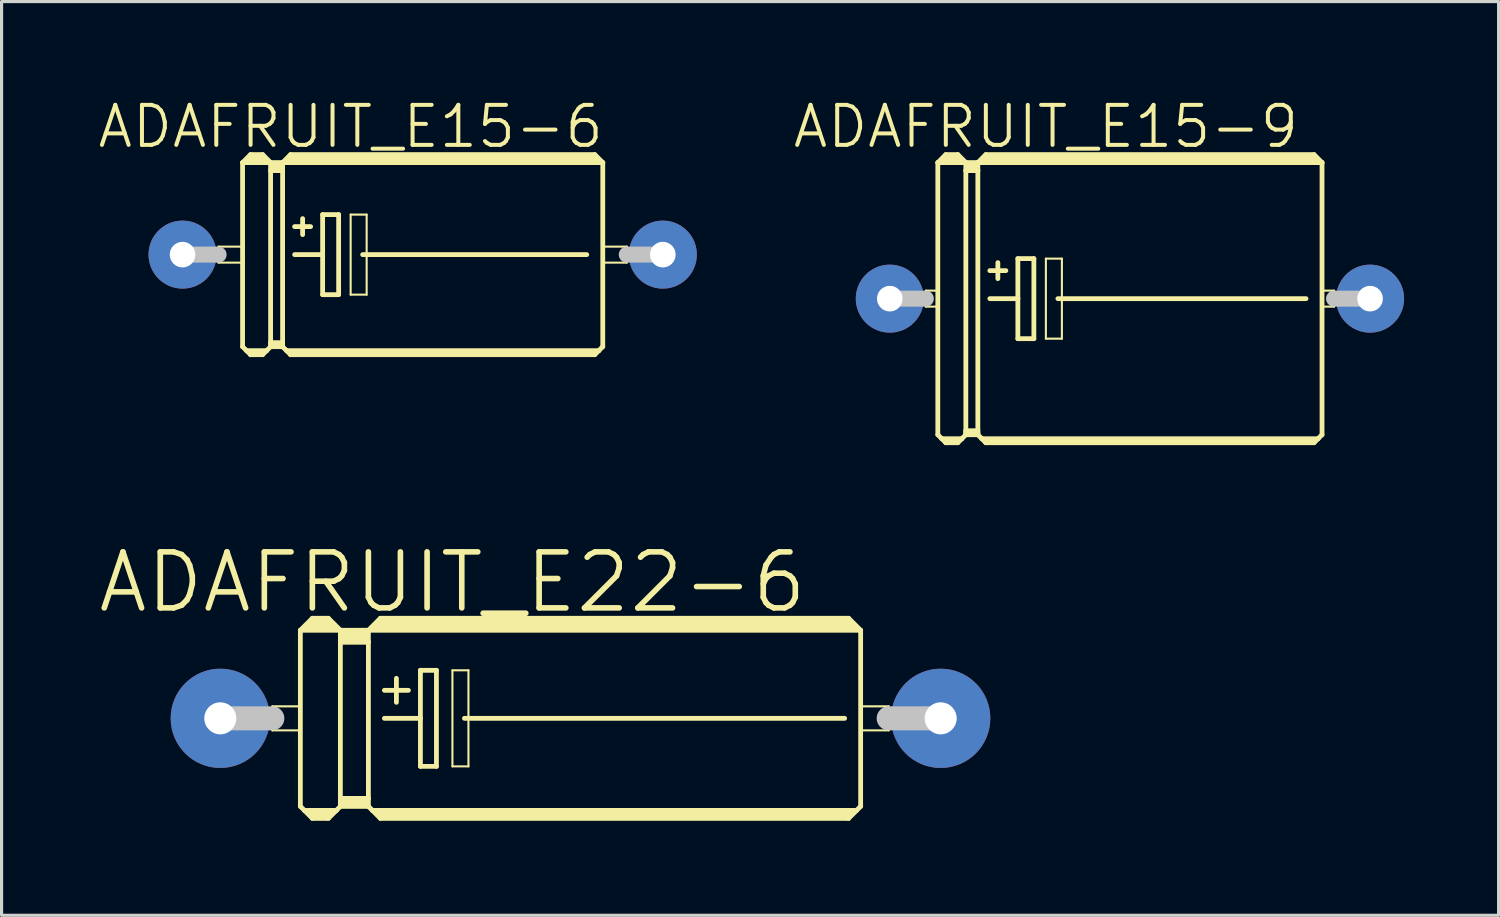
<source format=kicad_pcb>
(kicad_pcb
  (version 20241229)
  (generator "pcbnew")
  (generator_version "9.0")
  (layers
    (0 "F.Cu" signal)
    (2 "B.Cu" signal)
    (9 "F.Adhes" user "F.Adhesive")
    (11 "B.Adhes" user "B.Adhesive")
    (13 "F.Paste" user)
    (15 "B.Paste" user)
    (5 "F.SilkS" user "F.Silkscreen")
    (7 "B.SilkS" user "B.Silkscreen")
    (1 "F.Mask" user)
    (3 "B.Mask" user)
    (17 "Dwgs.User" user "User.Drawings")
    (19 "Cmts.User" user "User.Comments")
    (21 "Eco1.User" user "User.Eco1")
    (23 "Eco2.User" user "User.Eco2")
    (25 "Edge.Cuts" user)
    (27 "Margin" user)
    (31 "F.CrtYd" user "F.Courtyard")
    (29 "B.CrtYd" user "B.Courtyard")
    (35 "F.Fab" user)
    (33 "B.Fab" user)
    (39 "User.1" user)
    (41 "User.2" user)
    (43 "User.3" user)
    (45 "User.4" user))
  (footprint "ADAFRUIT_E15-6"
    (layer "F.Cu")
    (at 10.363 5.03)
    (property "Reference" "ADAFRUIT_E15-6" (at -2.286 -4.064 0) (layer "F.SilkS") (effects (font (size 1.27 1.27) (thickness 0.127))))
    (attr exclude_from_pos_files exclude_from_bom)
    (fp_line (start -6.477 -0.254) (end -5.715 -0.254) (stroke (width 0.066) (type solid)) (layer "F.SilkS"))
    (fp_line (start -6.477 0.254) (end -6.477 -0.254) (stroke (width 0.066) (type solid)) (layer "F.SilkS"))
    (fp_line (start -6.477 0.254) (end -5.715 0.254) (stroke (width 0.066) (type solid)) (layer "F.SilkS"))
    (fp_line (start -5.715 -2.921) (end -4.826 -2.921) (stroke (width 0.152) (type solid)) (layer "F.SilkS"))
    (fp_line (start -5.715 0.254) (end -5.715 -0.254) (stroke (width 0.066) (type solid)) (layer "F.SilkS"))
    (fp_line (start -5.715 2.921) (end -5.715 -2.921) (stroke (width 0.152) (type solid)) (layer "F.SilkS"))
    (fp_line (start -5.715 2.921) (end -5.588 3.048) (stroke (width 0.152) (type solid)) (layer "F.SilkS"))
    (fp_line (start -5.588 3.048) (end -5.461 3.175) (stroke (width 0.152) (type solid)) (layer "F.SilkS"))
    (fp_line (start -5.588 3.048) (end -4.953 3.048) (stroke (width 0.152) (type solid)) (layer "F.SilkS"))
    (fp_line (start -5.461 -3.175) (end -5.715 -2.921) (stroke (width 0.152) (type solid)) (layer "F.SilkS"))
    (fp_line (start -5.461 -3.175) (end -5.08 -3.175) (stroke (width 0.152) (type solid)) (layer "F.SilkS"))
    (fp_line (start -5.461 -3.048) (end -5.08 -3.048) (stroke (width 0.305) (type solid)) (layer "F.SilkS"))
    (fp_line (start -5.461 3.124) (end -5.461 3.175) (stroke (width 0.152) (type solid)) (layer "F.SilkS"))
    (fp_line (start -5.461 3.175) (end -5.08 3.175) (stroke (width 0.152) (type solid)) (layer "F.SilkS"))
    (fp_line (start -5.08 -3.175) (end -4.826 -2.921) (stroke (width 0.152) (type solid)) (layer "F.SilkS"))
    (fp_line (start -5.08 3.124) (end -5.461 3.124) (stroke (width 0.152) (type solid)) (layer "F.SilkS"))
    (fp_line (start -5.08 3.175) (end -4.953 3.048) (stroke (width 0.152) (type solid)) (layer "F.SilkS"))
    (fp_line (start -4.953 3.048) (end -4.826 2.921) (stroke (width 0.152) (type solid)) (layer "F.SilkS"))
    (fp_line (start -4.826 -2.921) (end -4.826 -2.667) (stroke (width 0.152) (type solid)) (layer "F.SilkS"))
    (fp_line (start -4.826 -2.921) (end -4.445 -2.921) (stroke (width 0.152) (type solid)) (layer "F.SilkS"))
    (fp_line (start -4.826 -2.667) (end -4.826 2.794) (stroke (width 0.152) (type solid)) (layer "F.SilkS"))
    (fp_line (start -4.826 -2.667) (end -4.445 -2.667) (stroke (width 0.152) (type solid)) (layer "F.SilkS"))
    (fp_line (start -4.826 2.794) (end -4.826 2.87) (stroke (width 0.152) (type solid)) (layer "F.SilkS"))
    (fp_line (start -4.826 2.794) (end -4.445 2.794) (stroke (width 0.152) (type solid)) (layer "F.SilkS"))
    (fp_line (start -4.826 2.87) (end -4.826 2.921) (stroke (width 0.152) (type solid)) (layer "F.SilkS"))
    (fp_line (start -4.826 2.921) (end -4.445 2.921) (stroke (width 0.152) (type solid)) (layer "F.SilkS"))
    (fp_line (start -4.699 -2.794) (end -4.572 -2.794) (stroke (width 0.305) (type solid)) (layer "F.SilkS"))
    (fp_line (start -4.445 -2.921) (end -4.445 -2.667) (stroke (width 0.152) (type solid)) (layer "F.SilkS"))
    (fp_line (start -4.445 -2.921) (end -4.191 -3.175) (stroke (width 0.152) (type solid)) (layer "F.SilkS"))
    (fp_line (start -4.445 -2.921) (end 5.715 -2.921) (stroke (width 0.152) (type solid)) (layer "F.SilkS"))
    (fp_line (start -4.445 -2.667) (end -4.445 2.794) (stroke (width 0.152) (type solid)) (layer "F.SilkS"))
    (fp_line (start -4.445 2.794) (end -4.445 2.87) (stroke (width 0.152) (type solid)) (layer "F.SilkS"))
    (fp_line (start -4.445 2.87) (end -4.826 2.87) (stroke (width 0.152) (type solid)) (layer "F.SilkS"))
    (fp_line (start -4.445 2.87) (end -4.445 2.921) (stroke (width 0.152) (type solid)) (layer "F.SilkS"))
    (fp_line (start -4.445 2.921) (end -4.318 3.048) (stroke (width 0.152) (type solid)) (layer "F.SilkS"))
    (fp_line (start -4.318 3.048) (end -4.191 3.175) (stroke (width 0.152) (type solid)) (layer "F.SilkS"))
    (fp_line (start -4.318 3.048) (end 5.588 3.048) (stroke (width 0.152) (type solid)) (layer "F.SilkS"))
    (fp_line (start -4.191 -3.175) (end 5.461 -3.175) (stroke (width 0.152) (type solid)) (layer "F.SilkS"))
    (fp_line (start -4.191 -3.048) (end 5.461 -3.048) (stroke (width 0.305) (type solid)) (layer "F.SilkS"))
    (fp_line (start -4.191 3.124) (end -4.191 3.175) (stroke (width 0.152) (type solid)) (layer "F.SilkS"))
    (fp_line (start -4.191 3.175) (end 5.461 3.175) (stroke (width 0.152) (type solid)) (layer "F.SilkS"))
    (fp_line (start -4.064 -0.889) (end -3.556 -0.889) (stroke (width 0.152) (type solid)) (layer "F.SilkS"))
    (fp_line (start -4.064 0) (end -3.175 0) (stroke (width 0.152) (type solid)) (layer "F.SilkS"))
    (fp_line (start -3.81 -1.143) (end -3.81 -0.635) (stroke (width 0.152) (type solid)) (layer "F.SilkS"))
    (fp_line (start -3.175 -1.27) (end -3.175 0) (stroke (width 0.152) (type solid)) (layer "F.SilkS"))
    (fp_line (start -3.175 0) (end -3.175 1.27) (stroke (width 0.152) (type solid)) (layer "F.SilkS"))
    (fp_line (start -3.175 1.27) (end -2.667 1.27) (stroke (width 0.152) (type solid)) (layer "F.SilkS"))
    (fp_line (start -2.667 -1.27) (end -3.175 -1.27) (stroke (width 0.152) (type solid)) (layer "F.SilkS"))
    (fp_line (start -2.667 1.27) (end -2.667 -1.27) (stroke (width 0.152) (type solid)) (layer "F.SilkS"))
    (fp_line (start -2.286 -1.27) (end -1.778 -1.27) (stroke (width 0.066) (type solid)) (layer "F.SilkS"))
    (fp_line (start -2.286 1.27) (end -2.286 -1.27) (stroke (width 0.066) (type solid)) (layer "F.SilkS"))
    (fp_line (start -2.286 1.27) (end -1.778 1.27) (stroke (width 0.066) (type solid)) (layer "F.SilkS"))
    (fp_line (start -1.905 0) (end 5.207 0) (stroke (width 0.152) (type solid)) (layer "F.SilkS"))
    (fp_line (start -1.778 1.27) (end -1.778 -1.27) (stroke (width 0.066) (type solid)) (layer "F.SilkS"))
    (fp_line (start 5.461 3.124) (end -4.191 3.124) (stroke (width 0.152) (type solid)) (layer "F.SilkS"))
    (fp_line (start 5.588 3.048) (end 5.461 3.175) (stroke (width 0.152) (type solid)) (layer "F.SilkS"))
    (fp_line (start 5.715 -2.921) (end 5.461 -3.175) (stroke (width 0.152) (type solid)) (layer "F.SilkS"))
    (fp_line (start 5.715 -2.921) (end 5.715 2.921) (stroke (width 0.152) (type solid)) (layer "F.SilkS"))
    (fp_line (start 5.715 -0.254) (end 6.477 -0.254) (stroke (width 0.066) (type solid)) (layer "F.SilkS"))
    (fp_line (start 5.715 0.254) (end 5.715 -0.254) (stroke (width 0.066) (type solid)) (layer "F.SilkS"))
    (fp_line (start 5.715 0.254) (end 6.477 0.254) (stroke (width 0.066) (type solid)) (layer "F.SilkS"))
    (fp_line (start 5.715 2.921) (end 5.588 3.048) (stroke (width 0.152) (type solid)) (layer "F.SilkS"))
    (fp_line (start 6.477 0.254) (end 6.477 -0.254) (stroke (width 0.066) (type solid)) (layer "F.SilkS"))
    (fp_line (start -7.62 0) (end -6.477 0) (stroke (width 0.508) (type solid)) (layer "Dwgs.User"))
    (fp_line (start 7.62 0) (end 6.477 0) (stroke (width 0.508) (type solid)) (layer "Dwgs.User"))
    (pad "+" thru_hole circle (at -7.62 0) (size 2.159 2.159) (drill 0.813) (layers "*.Cu" "*.Paste" "*.Mask"))
    (pad "-" thru_hole circle (at 7.62 0) (size 2.159 2.159) (drill 0.813) (layers "*.Cu" "*.Paste" "*.Mask")))
  (footprint "ADAFRUIT_E15-9"
    (layer "F.Cu")
    (at 32.806 6.427)
    (property "Reference" "ADAFRUIT_E15-9" (at -2.667 -5.461 0) (layer "F.SilkS") (effects (font (size 1.27 1.27) (thickness 0.127))))
    (attr exclude_from_pos_files exclude_from_bom)
    (fp_line (start -6.477 -0.254) (end -6.096 -0.254) (stroke (width 0.066) (type solid)) (layer "F.SilkS"))
    (fp_line (start -6.477 0.254) (end -6.477 -0.254) (stroke (width 0.066) (type solid)) (layer "F.SilkS"))
    (fp_line (start -6.477 0.254) (end -6.096 0.254) (stroke (width 0.066) (type solid)) (layer "F.SilkS"))
    (fp_line (start -6.096 -4.318) (end -5.207 -4.318) (stroke (width 0.152) (type solid)) (layer "F.SilkS"))
    (fp_line (start -6.096 0.254) (end -6.096 -0.254) (stroke (width 0.066) (type solid)) (layer "F.SilkS"))
    (fp_line (start -6.096 4.318) (end -6.096 -4.318) (stroke (width 0.152) (type solid)) (layer "F.SilkS"))
    (fp_line (start -6.096 4.318) (end -5.969 4.445) (stroke (width 0.152) (type solid)) (layer "F.SilkS"))
    (fp_line (start -5.969 4.445) (end -5.842 4.572) (stroke (width 0.152) (type solid)) (layer "F.SilkS"))
    (fp_line (start -5.969 4.445) (end -5.334 4.445) (stroke (width 0.152) (type solid)) (layer "F.SilkS"))
    (fp_line (start -5.842 -4.572) (end -6.096 -4.318) (stroke (width 0.152) (type solid)) (layer "F.SilkS"))
    (fp_line (start -5.842 -4.572) (end -5.461 -4.572) (stroke (width 0.152) (type solid)) (layer "F.SilkS"))
    (fp_line (start -5.842 -4.445) (end -5.461 -4.445) (stroke (width 0.305) (type solid)) (layer "F.SilkS"))
    (fp_line (start -5.842 4.521) (end -5.842 4.572) (stroke (width 0.152) (type solid)) (layer "F.SilkS"))
    (fp_line (start -5.842 4.572) (end -5.461 4.572) (stroke (width 0.152) (type solid)) (layer "F.SilkS"))
    (fp_line (start -5.461 -4.572) (end -5.207 -4.318) (stroke (width 0.152) (type solid)) (layer "F.SilkS"))
    (fp_line (start -5.461 4.521) (end -5.842 4.521) (stroke (width 0.152) (type solid)) (layer "F.SilkS"))
    (fp_line (start -5.461 4.572) (end -5.334 4.445) (stroke (width 0.152) (type solid)) (layer "F.SilkS"))
    (fp_line (start -5.334 4.445) (end -5.207 4.318) (stroke (width 0.152) (type solid)) (layer "F.SilkS"))
    (fp_line (start -5.207 -4.318) (end -5.207 -4.064) (stroke (width 0.152) (type solid)) (layer "F.SilkS"))
    (fp_line (start -5.207 -4.318) (end -4.826 -4.318) (stroke (width 0.152) (type solid)) (layer "F.SilkS"))
    (fp_line (start -5.207 -4.064) (end -5.207 4.191) (stroke (width 0.152) (type solid)) (layer "F.SilkS"))
    (fp_line (start -5.207 -4.064) (end -4.826 -4.064) (stroke (width 0.152) (type solid)) (layer "F.SilkS"))
    (fp_line (start -5.207 4.191) (end -5.207 4.267) (stroke (width 0.152) (type solid)) (layer "F.SilkS"))
    (fp_line (start -5.207 4.191) (end -4.826 4.191) (stroke (width 0.152) (type solid)) (layer "F.SilkS"))
    (fp_line (start -5.207 4.267) (end -5.207 4.318) (stroke (width 0.152) (type solid)) (layer "F.SilkS"))
    (fp_line (start -5.207 4.318) (end -4.826 4.318) (stroke (width 0.152) (type solid)) (layer "F.SilkS"))
    (fp_line (start -5.08 -4.191) (end -4.953 -4.191) (stroke (width 0.305) (type solid)) (layer "F.SilkS"))
    (fp_line (start -4.826 -4.318) (end -4.826 -4.064) (stroke (width 0.152) (type solid)) (layer "F.SilkS"))
    (fp_line (start -4.826 -4.318) (end -4.572 -4.572) (stroke (width 0.152) (type solid)) (layer "F.SilkS"))
    (fp_line (start -4.826 -4.318) (end 6.096 -4.318) (stroke (width 0.152) (type solid)) (layer "F.SilkS"))
    (fp_line (start -4.826 -4.064) (end -4.826 4.191) (stroke (width 0.152) (type solid)) (layer "F.SilkS"))
    (fp_line (start -4.826 4.191) (end -4.826 4.267) (stroke (width 0.152) (type solid)) (layer "F.SilkS"))
    (fp_line (start -4.826 4.267) (end -5.207 4.267) (stroke (width 0.152) (type solid)) (layer "F.SilkS"))
    (fp_line (start -4.826 4.267) (end -4.826 4.318) (stroke (width 0.152) (type solid)) (layer "F.SilkS"))
    (fp_line (start -4.826 4.318) (end -4.699 4.445) (stroke (width 0.152) (type solid)) (layer "F.SilkS"))
    (fp_line (start -4.699 4.445) (end -4.572 4.572) (stroke (width 0.152) (type solid)) (layer "F.SilkS"))
    (fp_line (start -4.699 4.445) (end 5.969 4.445) (stroke (width 0.152) (type solid)) (layer "F.SilkS"))
    (fp_line (start -4.572 -4.572) (end 5.842 -4.572) (stroke (width 0.152) (type solid)) (layer "F.SilkS"))
    (fp_line (start -4.572 -4.445) (end 5.842 -4.445) (stroke (width 0.305) (type solid)) (layer "F.SilkS"))
    (fp_line (start -4.572 4.521) (end -4.572 4.572) (stroke (width 0.152) (type solid)) (layer "F.SilkS"))
    (fp_line (start -4.572 4.572) (end 5.842 4.572) (stroke (width 0.152) (type solid)) (layer "F.SilkS"))
    (fp_line (start -4.445 -0.889) (end -3.937 -0.889) (stroke (width 0.152) (type solid)) (layer "F.SilkS"))
    (fp_line (start -4.445 0) (end -3.556 0) (stroke (width 0.152) (type solid)) (layer "F.SilkS"))
    (fp_line (start -4.191 -1.143) (end -4.191 -0.635) (stroke (width 0.152) (type solid)) (layer "F.SilkS"))
    (fp_line (start -3.556 -1.27) (end -3.556 0) (stroke (width 0.152) (type solid)) (layer "F.SilkS"))
    (fp_line (start -3.556 0) (end -3.556 1.27) (stroke (width 0.152) (type solid)) (layer "F.SilkS"))
    (fp_line (start -3.556 1.27) (end -3.048 1.27) (stroke (width 0.152) (type solid)) (layer "F.SilkS"))
    (fp_line (start -3.048 -1.27) (end -3.556 -1.27) (stroke (width 0.152) (type solid)) (layer "F.SilkS"))
    (fp_line (start -3.048 1.27) (end -3.048 -1.27) (stroke (width 0.152) (type solid)) (layer "F.SilkS"))
    (fp_line (start -2.667 -1.27) (end -2.159 -1.27) (stroke (width 0.066) (type solid)) (layer "F.SilkS"))
    (fp_line (start -2.667 1.27) (end -2.667 -1.27) (stroke (width 0.066) (type solid)) (layer "F.SilkS"))
    (fp_line (start -2.667 1.27) (end -2.159 1.27) (stroke (width 0.066) (type solid)) (layer "F.SilkS"))
    (fp_line (start -2.286 0) (end 5.588 0) (stroke (width 0.152) (type solid)) (layer "F.SilkS"))
    (fp_line (start -2.159 1.27) (end -2.159 -1.27) (stroke (width 0.066) (type solid)) (layer "F.SilkS"))
    (fp_line (start 5.842 4.521) (end -4.572 4.521) (stroke (width 0.152) (type solid)) (layer "F.SilkS"))
    (fp_line (start 5.969 4.445) (end 5.842 4.572) (stroke (width 0.152) (type solid)) (layer "F.SilkS"))
    (fp_line (start 6.096 -4.318) (end 5.842 -4.572) (stroke (width 0.152) (type solid)) (layer "F.SilkS"))
    (fp_line (start 6.096 -4.318) (end 6.096 4.318) (stroke (width 0.152) (type solid)) (layer "F.SilkS"))
    (fp_line (start 6.096 -0.254) (end 6.477 -0.254) (stroke (width 0.066) (type solid)) (layer "F.SilkS"))
    (fp_line (start 6.096 0.254) (end 6.096 -0.254) (stroke (width 0.066) (type solid)) (layer "F.SilkS"))
    (fp_line (start 6.096 0.254) (end 6.477 0.254) (stroke (width 0.066) (type solid)) (layer "F.SilkS"))
    (fp_line (start 6.096 4.318) (end 5.969 4.445) (stroke (width 0.152) (type solid)) (layer "F.SilkS"))
    (fp_line (start 6.477 0.254) (end 6.477 -0.254) (stroke (width 0.066) (type solid)) (layer "F.SilkS"))
    (fp_line (start -7.62 0) (end -6.477 0) (stroke (width 0.508) (type solid)) (layer "Dwgs.User"))
    (fp_line (start 7.62 0) (end 6.477 0) (stroke (width 0.508) (type solid)) (layer "Dwgs.User"))
    (pad "+" thru_hole circle (at -7.62 0) (size 2.159 2.159) (drill 0.813) (layers "*.Cu" "*.Paste" "*.Mask"))
    (pad "-" thru_hole circle (at 7.62 0) (size 2.159 2.159) (drill 0.813) (layers "*.Cu" "*.Paste" "*.Mask")))
  (footprint "ADAFRUIT_E22-6"
    (layer "F.Cu")
    (at 15.371 19.745)
    (property "Reference" "ADAFRUIT_E22-6" (at -4.064 -4.318 0) (layer "F.SilkS") (effects (font (size 1.778 1.778) (thickness 0.178))))
    (attr exclude_from_pos_files exclude_from_bom)
    (fp_line (start -9.779 -0.381) (end -8.89 -0.381) (stroke (width 0.066) (type solid)) (layer "F.SilkS"))
    (fp_line (start -9.779 0.381) (end -9.779 -0.381) (stroke (width 0.066) (type solid)) (layer "F.SilkS"))
    (fp_line (start -9.779 0.381) (end -8.89 0.381) (stroke (width 0.066) (type solid)) (layer "F.SilkS"))
    (fp_line (start -8.89 -2.794) (end -8.89 2.794) (stroke (width 0.152) (type solid)) (layer "F.SilkS"))
    (fp_line (start -8.89 -2.794) (end -8.509 -3.175) (stroke (width 0.152) (type solid)) (layer "F.SilkS"))
    (fp_line (start -8.89 -2.794) (end -7.62 -2.794) (stroke (width 0.152) (type solid)) (layer "F.SilkS"))
    (fp_line (start -8.89 0.381) (end -8.89 -0.381) (stroke (width 0.066) (type solid)) (layer "F.SilkS"))
    (fp_line (start -8.89 2.794) (end -8.76 2.921) (stroke (width 0.152) (type solid)) (layer "F.SilkS"))
    (fp_line (start -8.76 2.921) (end -8.509 3.175) (stroke (width 0.152) (type solid)) (layer "F.SilkS"))
    (fp_line (start -8.76 2.921) (end -7.747 2.921) (stroke (width 0.152) (type solid)) (layer "F.SilkS"))
    (fp_line (start -8.636 -2.921) (end -7.874 -2.921) (stroke (width 0.305) (type solid)) (layer "F.SilkS"))
    (fp_line (start -8.509 -3.175) (end -8.001 -3.175) (stroke (width 0.152) (type solid)) (layer "F.SilkS"))
    (fp_line (start -8.509 -3.048) (end -8.001 -3.048) (stroke (width 0.305) (type solid)) (layer "F.SilkS"))
    (fp_line (start -8.509 3.048) (end -8.001 3.048) (stroke (width 0.254) (type solid)) (layer "F.SilkS"))
    (fp_line (start -8.509 3.175) (end -8.001 3.175) (stroke (width 0.152) (type solid)) (layer "F.SilkS"))
    (fp_line (start -7.747 2.921) (end -8.001 3.175) (stroke (width 0.152) (type solid)) (layer "F.SilkS"))
    (fp_line (start -7.62 -2.794) (end -8.001 -3.175) (stroke (width 0.152) (type solid)) (layer "F.SilkS"))
    (fp_line (start -7.62 -2.794) (end -7.62 -2.413) (stroke (width 0.152) (type solid)) (layer "F.SilkS"))
    (fp_line (start -7.62 -2.794) (end -6.731 -2.794) (stroke (width 0.152) (type solid)) (layer "F.SilkS"))
    (fp_line (start -7.62 -2.413) (end -6.731 -2.413) (stroke (width 0.152) (type solid)) (layer "F.SilkS"))
    (fp_line (start -7.62 2.54) (end -7.62 -2.413) (stroke (width 0.152) (type solid)) (layer "F.SilkS"))
    (fp_line (start -7.62 2.54) (end -6.731 2.54) (stroke (width 0.152) (type solid)) (layer "F.SilkS"))
    (fp_line (start -7.62 2.794) (end -7.747 2.921) (stroke (width 0.152) (type solid)) (layer "F.SilkS"))
    (fp_line (start -7.62 2.794) (end -7.62 2.54) (stroke (width 0.152) (type solid)) (layer "F.SilkS"))
    (fp_line (start -7.62 2.794) (end -6.731 2.794) (stroke (width 0.152) (type solid)) (layer "F.SilkS"))
    (fp_line (start -7.493 -2.667) (end -6.858 -2.667) (stroke (width 0.305) (type solid)) (layer "F.SilkS"))
    (fp_line (start -7.493 -2.54) (end -6.858 -2.54) (stroke (width 0.305) (type solid)) (layer "F.SilkS"))
    (fp_line (start -7.493 2.667) (end -6.858 2.667) (stroke (width 0.254) (type solid)) (layer "F.SilkS"))
    (fp_line (start -6.731 -2.794) (end -6.731 -2.413) (stroke (width 0.152) (type solid)) (layer "F.SilkS"))
    (fp_line (start -6.731 -2.794) (end 8.89 -2.794) (stroke (width 0.152) (type solid)) (layer "F.SilkS"))
    (fp_line (start -6.731 -2.413) (end -6.731 2.54) (stroke (width 0.152) (type solid)) (layer "F.SilkS"))
    (fp_line (start -6.731 2.54) (end -6.731 2.794) (stroke (width 0.152) (type solid)) (layer "F.SilkS"))
    (fp_line (start -6.604 2.921) (end -6.731 2.794) (stroke (width 0.152) (type solid)) (layer "F.SilkS"))
    (fp_line (start -6.604 2.921) (end 8.76 2.921) (stroke (width 0.152) (type solid)) (layer "F.SilkS"))
    (fp_line (start -6.477 -2.921) (end 8.636 -2.921) (stroke (width 0.305) (type solid)) (layer "F.SilkS"))
    (fp_line (start -6.35 -3.175) (end -6.731 -2.794) (stroke (width 0.152) (type solid)) (layer "F.SilkS"))
    (fp_line (start -6.35 -3.175) (end 8.509 -3.175) (stroke (width 0.152) (type solid)) (layer "F.SilkS"))
    (fp_line (start -6.35 -3.048) (end 8.509 -3.048) (stroke (width 0.305) (type solid)) (layer "F.SilkS"))
    (fp_line (start -6.35 3.048) (end 8.509 3.048) (stroke (width 0.254) (type solid)) (layer "F.SilkS"))
    (fp_line (start -6.35 3.175) (end -6.604 2.921) (stroke (width 0.152) (type solid)) (layer "F.SilkS"))
    (fp_line (start -6.35 3.175) (end 8.509 3.175) (stroke (width 0.152) (type solid)) (layer "F.SilkS"))
    (fp_line (start -6.223 -0.889) (end -5.461 -0.889) (stroke (width 0.152) (type solid)) (layer "F.SilkS"))
    (fp_line (start -6.223 0) (end -5.08 0) (stroke (width 0.152) (type solid)) (layer "F.SilkS"))
    (fp_line (start -5.842 -1.27) (end -5.842 -0.508) (stroke (width 0.152) (type solid)) (layer "F.SilkS"))
    (fp_line (start -5.08 -1.524) (end -5.08 0) (stroke (width 0.152) (type solid)) (layer "F.SilkS"))
    (fp_line (start -5.08 0) (end -5.08 1.524) (stroke (width 0.152) (type solid)) (layer "F.SilkS"))
    (fp_line (start -5.08 1.524) (end -4.572 1.524) (stroke (width 0.152) (type solid)) (layer "F.SilkS"))
    (fp_line (start -4.572 -1.524) (end -5.08 -1.524) (stroke (width 0.152) (type solid)) (layer "F.SilkS"))
    (fp_line (start -4.572 1.524) (end -4.572 -1.524) (stroke (width 0.152) (type solid)) (layer "F.SilkS"))
    (fp_line (start -4.064 -1.524) (end -3.556 -1.524) (stroke (width 0.066) (type solid)) (layer "F.SilkS"))
    (fp_line (start -4.064 1.524) (end -4.064 -1.524) (stroke (width 0.066) (type solid)) (layer "F.SilkS"))
    (fp_line (start -4.064 1.524) (end -3.556 1.524) (stroke (width 0.066) (type solid)) (layer "F.SilkS"))
    (fp_line (start -3.683 0) (end 8.382 0) (stroke (width 0.152) (type solid)) (layer "F.SilkS"))
    (fp_line (start -3.556 1.524) (end -3.556 -1.524) (stroke (width 0.066) (type solid)) (layer "F.SilkS"))
    (fp_line (start 8.509 -3.175) (end 8.89 -2.794) (stroke (width 0.152) (type solid)) (layer "F.SilkS"))
    (fp_line (start 8.509 3.175) (end 8.76 2.921) (stroke (width 0.152) (type solid)) (layer "F.SilkS"))
    (fp_line (start 8.76 2.921) (end 8.89 2.794) (stroke (width 0.152) (type solid)) (layer "F.SilkS"))
    (fp_line (start 8.89 -2.794) (end 8.89 2.794) (stroke (width 0.152) (type solid)) (layer "F.SilkS"))
    (fp_line (start 8.89 -0.381) (end 9.779 -0.381) (stroke (width 0.066) (type solid)) (layer "F.SilkS"))
    (fp_line (start 8.89 0.381) (end 8.89 -0.381) (stroke (width 0.066) (type solid)) (layer "F.SilkS"))
    (fp_line (start 8.89 0.381) (end 9.779 0.381) (stroke (width 0.066) (type solid)) (layer "F.SilkS"))
    (fp_line (start 9.779 0.381) (end 9.779 -0.381) (stroke (width 0.066) (type solid)) (layer "F.SilkS"))
    (fp_line (start -11.43 0) (end -9.779 0) (stroke (width 0.762) (type solid)) (layer "Dwgs.User"))
    (fp_line (start 11.43 0) (end 9.779 0) (stroke (width 0.762) (type solid)) (layer "Dwgs.User"))
    (pad "+" thru_hole circle (at -11.43 0) (size 3.15 3.15) (drill 1.016) (layers "*.Cu" "*.Paste" "*.Mask"))
    (pad "-" thru_hole circle (at 11.43 0) (size 3.15 3.15) (drill 1.016) (layers "*.Cu" "*.Paste" "*.Mask")))
  (gr_rect
    (start -3 -3)
    (end 44.505 25.996)
    (stroke (width 0.1) (type default))
    (fill no)
    (layer "Edge.Cuts")))
</source>
